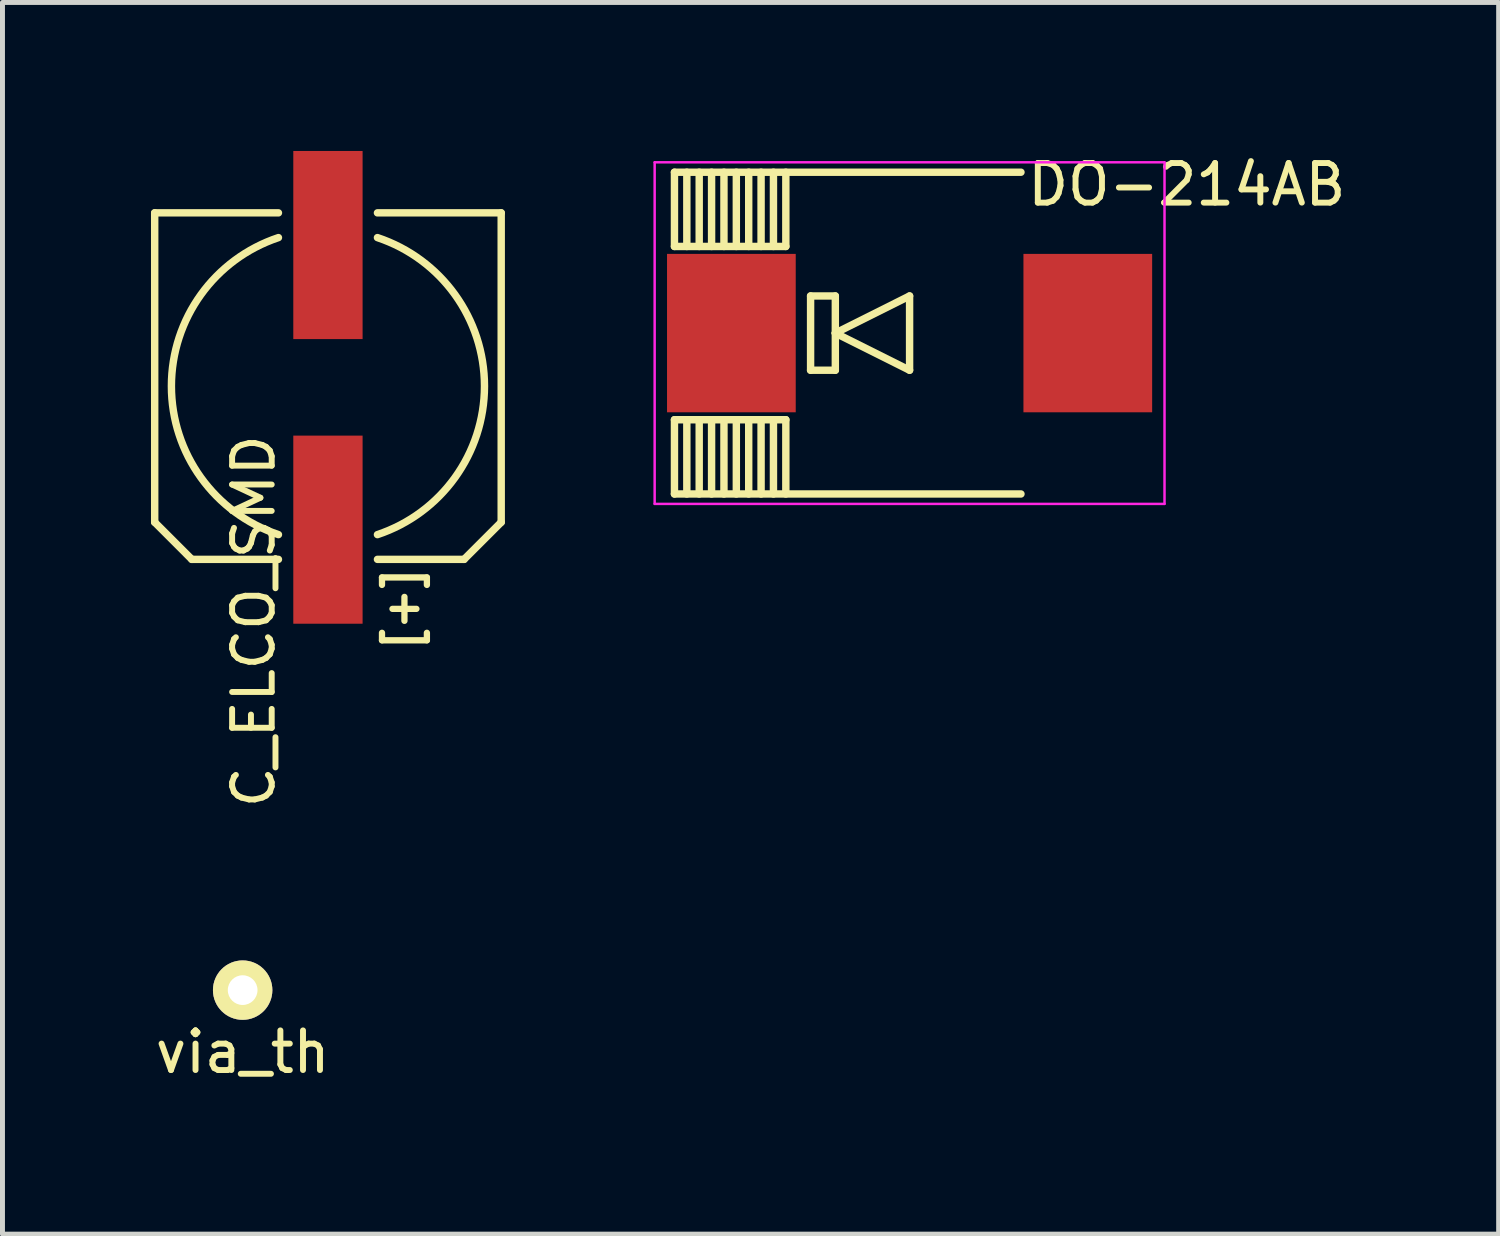
<source format=kicad_pcb>
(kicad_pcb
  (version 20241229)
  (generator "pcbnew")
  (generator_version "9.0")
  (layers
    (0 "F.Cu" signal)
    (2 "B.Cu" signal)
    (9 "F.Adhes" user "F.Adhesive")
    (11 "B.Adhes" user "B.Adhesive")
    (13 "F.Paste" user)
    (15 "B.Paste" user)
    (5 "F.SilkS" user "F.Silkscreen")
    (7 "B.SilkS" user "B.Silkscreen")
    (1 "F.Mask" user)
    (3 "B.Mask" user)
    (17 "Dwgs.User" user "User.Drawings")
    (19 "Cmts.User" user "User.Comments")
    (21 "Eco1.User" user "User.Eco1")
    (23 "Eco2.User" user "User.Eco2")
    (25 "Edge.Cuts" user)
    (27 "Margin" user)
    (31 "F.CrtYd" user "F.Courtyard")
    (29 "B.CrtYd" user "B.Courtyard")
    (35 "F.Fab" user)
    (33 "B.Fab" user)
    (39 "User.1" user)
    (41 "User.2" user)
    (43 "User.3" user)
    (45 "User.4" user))
  (footprint "via_th"
    (layer "F.Cu")
    (at 1.852 16.952)
    (property "Reference" "via_th" (at 0 1.25 0) (layer "F.SilkS") (effects (font (size 0.8 0.8) (thickness 0.12))))
    (attr through_hole)
    (pad "1" thru_hole circle (at 0 0) (size 1.2 1.2) (drill 0.6) (layers "*.Cu" "*.Mask" "F.SilkS")))
  (footprint "C_ELCO_SMD"
    (layer "F.Cu")
    (at 3.575 4.75)
    (property "Reference" "C_ELCO_SMD" (at -1.5 4.75 90) (layer "F.SilkS") (effects (font (size 0.8 0.8) (thickness 0.12))))
    (attr smd)
    (fp_line (start -3.5 -3.5) (end -3.5 2.75) (stroke (width 0.15) (type solid)) (layer "F.SilkS"))
    (fp_line (start -3.5 2.75) (end -2.75 3.5) (stroke (width 0.15) (type solid)) (layer "F.SilkS"))
    (fp_line (start -2.75 3.5) (end -1 3.5) (stroke (width 0.15) (type solid)) (layer "F.SilkS"))
    (fp_line (start -1 -3.5) (end -3.5 -3.5) (stroke (width 0.15) (type solid)) (layer "F.SilkS"))
    (fp_line (start 1 3.5) (end 2.75 3.5) (stroke (width 0.15) (type solid)) (layer "F.SilkS"))
    (fp_line (start 2.75 3.5) (end 3.5 2.75) (stroke (width 0.15) (type solid)) (layer "F.SilkS"))
    (fp_line (start 3.5 -3.5) (end 1 -3.5) (stroke (width 0.15) (type solid)) (layer "F.SilkS"))
    (fp_line (start 3.5 2.75) (end 3.5 -3.5) (stroke (width 0.15) (type solid)) (layer "F.SilkS"))
    (fp_arc (start -1 3) (mid -3.162278 0) (end -1 -3) (stroke (width 0.15) (type solid)) (layer "F.SilkS"))
    (fp_arc (start 1 -3) (mid 3.162278 0) (end 1 3) (stroke (width 0.15) (type solid)) (layer "F.SilkS"))
    (fp_text user "[+]" (at 1.5 4.5 90) (layer "F.SilkS") (effects (font (size 0.635 0.635) (thickness 0.127))))
    (pad "1" smd rect (at 0 2.9) (size 1.4 3.8) (layers "F.Cu" "F.Mask" "F.Paste"))
    (pad "2" smd rect (at 0 -2.85) (size 1.4 3.8) (layers "F.Cu" "F.Mask" "F.Paste")))
  (footprint "DO-214AB"
    (layer "F.Cu")
    (at 15.325 3.679)
    (property "Reference" "DO-214AB" (at 5.6 -3 0) (layer "F.SilkS") (effects (font (size 0.8 0.8) (thickness 0.12))))
    (attr smd)
    (fp_line (start -4.75 -3.25) (end 2.25 -3.25) (stroke (width 0.15) (type solid)) (layer "F.SilkS"))
    (fp_line (start -4.75 -1.75) (end -4.75 -3.25) (stroke (width 0.15) (type solid)) (layer "F.SilkS"))
    (fp_line (start -4.75 -1.75) (end -2.5 -1.75) (stroke (width 0.15) (type solid)) (layer "F.SilkS"))
    (fp_line (start -4.75 1.75) (end -4.75 3.25) (stroke (width 0.15) (type solid)) (layer "F.SilkS"))
    (fp_line (start -4.75 1.75) (end -2.5 1.75) (stroke (width 0.15) (type solid)) (layer "F.SilkS"))
    (fp_line (start -4.75 3.25) (end 2.25 3.25) (stroke (width 0.15) (type solid)) (layer "F.SilkS"))
    (fp_line (start -4.5 -3.25) (end -4.5 -1.75) (stroke (width 0.15) (type solid)) (layer "F.SilkS"))
    (fp_line (start -4.5 1.75) (end -4.5 3.25) (stroke (width 0.15) (type solid)) (layer "F.SilkS"))
    (fp_line (start -4.25 -1.75) (end -4.25 -3.25) (stroke (width 0.15) (type solid)) (layer "F.SilkS"))
    (fp_line (start -4.25 1.75) (end -4.25 3.25) (stroke (width 0.15) (type solid)) (layer "F.SilkS"))
    (fp_line (start -4 -3.25) (end -4 -1.75) (stroke (width 0.15) (type solid)) (layer "F.SilkS"))
    (fp_line (start -4 3.25) (end -4 1.75) (stroke (width 0.15) (type solid)) (layer "F.SilkS"))
    (fp_line (start -3.75 -1.75) (end -3.75 -3.25) (stroke (width 0.15) (type solid)) (layer "F.SilkS"))
    (fp_line (start -3.75 1.75) (end -3.75 3.25) (stroke (width 0.15) (type solid)) (layer "F.SilkS"))
    (fp_line (start -3.5 -3.25) (end -3.5 -1.75) (stroke (width 0.15) (type solid)) (layer "F.SilkS"))
    (fp_line (start -3.5 1.75) (end -3.5 3.25) (stroke (width 0.15) (type solid)) (layer "F.SilkS"))
    (fp_line (start -3.25 -1.75) (end -3.25 -3.25) (stroke (width 0.15) (type solid)) (layer "F.SilkS"))
    (fp_line (start -3.25 3.25) (end -3.25 1.75) (stroke (width 0.15) (type solid)) (layer "F.SilkS"))
    (fp_line (start -3 -3.25) (end -3 -1.75) (stroke (width 0.15) (type solid)) (layer "F.SilkS"))
    (fp_line (start -3 1.75) (end -3 3.25) (stroke (width 0.15) (type solid)) (layer "F.SilkS"))
    (fp_line (start -2.75 -1.75) (end -2.75 -3.25) (stroke (width 0.15) (type solid)) (layer "F.SilkS"))
    (fp_line (start -2.75 3.25) (end -2.75 1.75) (stroke (width 0.15) (type solid)) (layer "F.SilkS"))
    (fp_line (start -2.5 -1.75) (end -2.5 -3.25) (stroke (width 0.15) (type solid)) (layer "F.SilkS"))
    (fp_line (start -2.5 1.75) (end -2.5 3.25) (stroke (width 0.15) (type solid)) (layer "F.SilkS"))
    (fp_line (start -2 -0.75) (end -2 0.75) (stroke (width 0.15) (type solid)) (layer "F.SilkS"))
    (fp_line (start -2 0.75) (end -1.5 0.75) (stroke (width 0.15) (type solid)) (layer "F.SilkS"))
    (fp_line (start -1.5 -0.75) (end -2 -0.75) (stroke (width 0.15) (type solid)) (layer "F.SilkS"))
    (fp_line (start -1.5 0) (end -1.5 -0.75) (stroke (width 0.15) (type solid)) (layer "F.SilkS"))
    (fp_line (start -1.5 0) (end 0 -0.75) (stroke (width 0.15) (type solid)) (layer "F.SilkS"))
    (fp_line (start -1.5 0.75) (end -1.5 0) (stroke (width 0.15) (type solid)) (layer "F.SilkS"))
    (fp_line (start 0 -0.75) (end 0 0.75) (stroke (width 0.15) (type solid)) (layer "F.SilkS"))
    (fp_line (start 0 0.75) (end -1.5 0) (stroke (width 0.15) (type solid)) (layer "F.SilkS"))
    (fp_line (start -5.15 -3.45) (end 5.15 -3.45) (stroke (width 0.05) (type solid)) (layer "F.CrtYd"))
    (fp_line (start -5.15 3.45) (end -5.15 -3.45) (stroke (width 0.05) (type solid)) (layer "F.CrtYd"))
    (fp_line (start 5.15 -3.45) (end 5.15 3.45) (stroke (width 0.05) (type solid)) (layer "F.CrtYd"))
    (fp_line (start 5.15 3.45) (end -5.15 3.45) (stroke (width 0.05) (type solid)) (layer "F.CrtYd"))
    (pad "1" smd rect (at 3.6 0) (size 2.6 3.2) (layers "F.Cu" "F.Mask" "F.Paste"))
    (pad "2" smd rect (at -3.6 0) (size 2.6 3.2) (layers "F.Cu" "F.Mask" "F.Paste")))
  (gr_rect
    (start -3 -3)
    (end 27.225 21.881)
    (stroke (width 0.1) (type default))
    (fill no)
    (layer "Edge.Cuts")))
</source>
